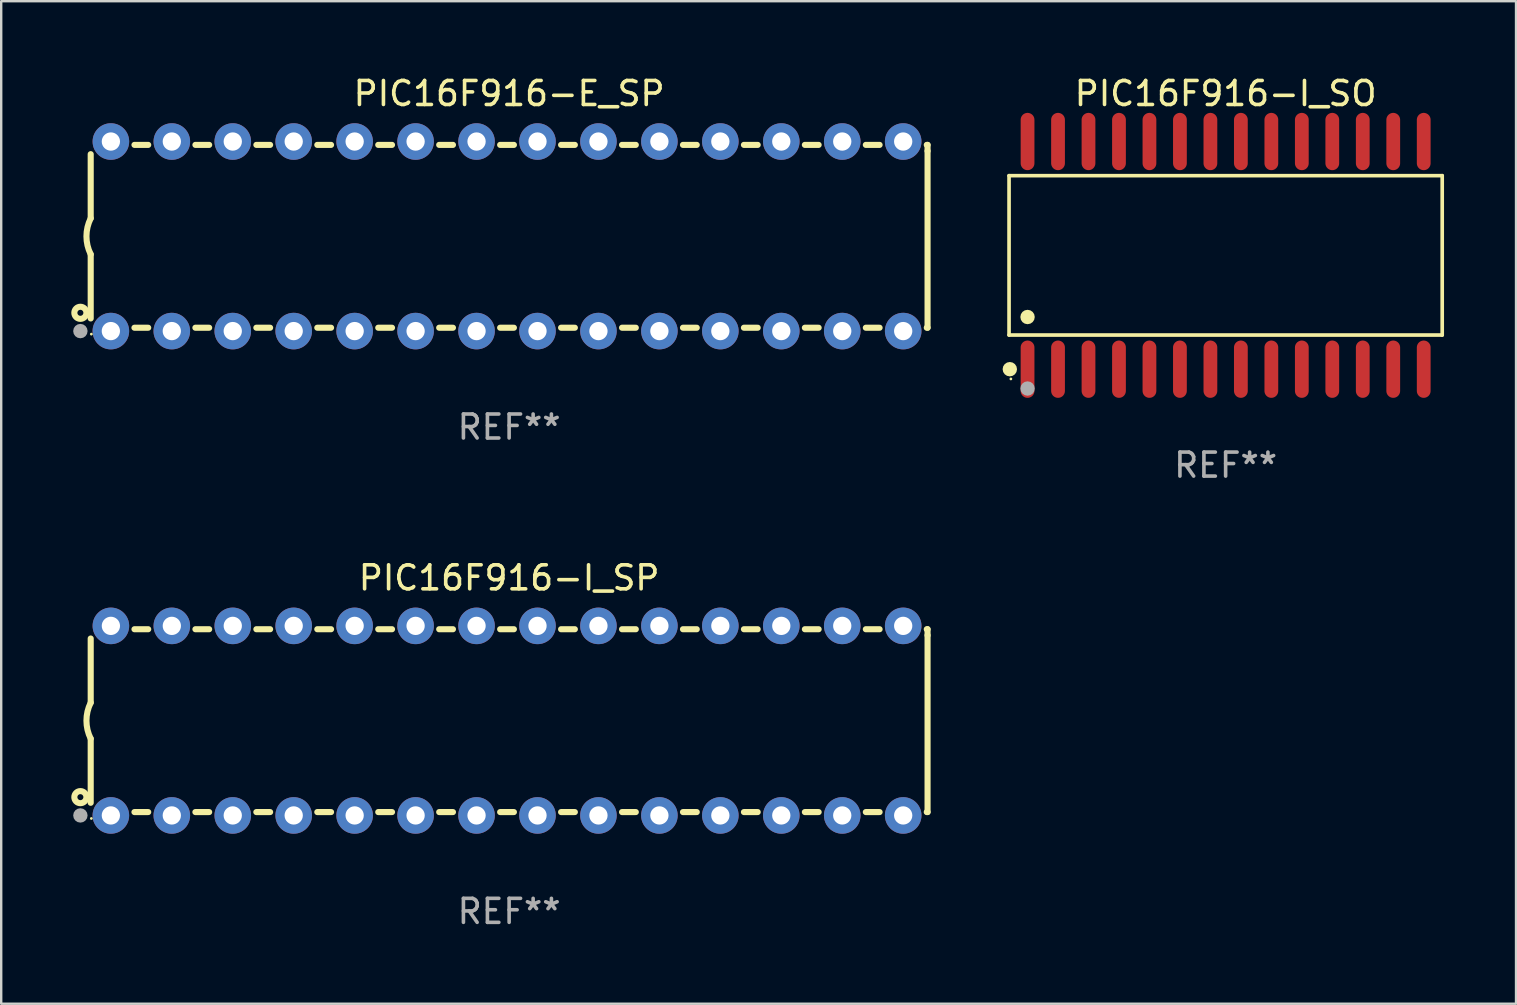
<source format=kicad_pcb>
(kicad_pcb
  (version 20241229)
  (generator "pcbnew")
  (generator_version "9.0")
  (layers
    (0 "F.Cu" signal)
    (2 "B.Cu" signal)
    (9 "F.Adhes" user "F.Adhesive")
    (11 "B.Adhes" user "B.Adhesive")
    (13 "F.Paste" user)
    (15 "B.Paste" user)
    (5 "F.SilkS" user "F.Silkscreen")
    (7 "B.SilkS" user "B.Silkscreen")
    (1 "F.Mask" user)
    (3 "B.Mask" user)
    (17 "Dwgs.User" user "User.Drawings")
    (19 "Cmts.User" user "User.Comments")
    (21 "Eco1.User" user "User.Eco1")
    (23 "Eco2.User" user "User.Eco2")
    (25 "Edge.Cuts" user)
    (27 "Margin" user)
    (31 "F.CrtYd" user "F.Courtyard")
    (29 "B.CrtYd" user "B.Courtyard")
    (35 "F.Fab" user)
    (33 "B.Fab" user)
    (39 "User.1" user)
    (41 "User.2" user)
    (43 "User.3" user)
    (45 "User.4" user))
  (footprint "PIC16F916-I_SO"
    (layer "F.Cu")
    (at 48.028 7.592)
    (property "Reference" "PIC16F916-I_SO" (at 0 -6.744 0) (layer "F.SilkS") (effects (font (size 1 1) (thickness 0.15))))
    (attr through_hole)
    (fp_line (start -9.026 -3.321) (end 9.026 -3.321) (stroke (width 0.152) (type solid)) (layer "F.SilkS"))
    (fp_line (start -9.026 3.321) (end -9.026 -3.321) (stroke (width 0.152) (type solid)) (layer "F.SilkS"))
    (fp_line (start 9.026 -3.321) (end 9.026 3.321) (stroke (width 0.152) (type solid)) (layer "F.SilkS"))
    (fp_line (start 9.026 3.321) (end -9.026 3.321) (stroke (width 0.152) (type solid)) (layer "F.SilkS"))
    (fp_circle (center -8.994 4.744) (end -8.844 4.744) (stroke (width 0.3) (type solid)) (fill no) (layer "F.SilkS"))
    (fp_circle (center -8.95 5.15) (end -8.92 5.15) (stroke (width 0.06) (type solid)) (fill no) (layer "F.SilkS"))
    (fp_circle (center -8.255 2.569) (end -8.105 2.569) (stroke (width 0.3) (type solid)) (fill no) (layer "F.SilkS"))
    (fp_circle (center -8.255 5.55) (end -8.105 5.55) (stroke (width 0.3) (type solid)) (fill no) (layer "F.Fab"))
    (fp_text user "REF**" (at 0 8.744 0) (layer "F.Fab") (effects (font (size 1 1) (thickness 0.15))))
    (pad "1" smd oval (at -8.255 4.744) (size 0.574 2.388) (layers "F.Cu" "F.Mask" "F.Paste"))
    (pad "2" smd oval (at -6.985 4.744) (size 0.574 2.388) (layers "F.Cu" "F.Mask" "F.Paste"))
    (pad "3" smd oval (at -5.715 4.744) (size 0.574 2.388) (layers "F.Cu" "F.Mask" "F.Paste"))
    (pad "4" smd oval (at -4.445 4.744) (size 0.574 2.388) (layers "F.Cu" "F.Mask" "F.Paste"))
    (pad "5" smd oval (at -3.175 4.744) (size 0.574 2.388) (layers "F.Cu" "F.Mask" "F.Paste"))
    (pad "6" smd oval (at -1.905 4.744) (size 0.574 2.388) (layers "F.Cu" "F.Mask" "F.Paste"))
    (pad "7" smd oval (at -0.635 4.744) (size 0.574 2.388) (layers "F.Cu" "F.Mask" "F.Paste"))
    (pad "8" smd oval (at 0.635 4.744) (size 0.574 2.388) (layers "F.Cu" "F.Mask" "F.Paste"))
    (pad "9" smd oval (at 1.905 4.744) (size 0.574 2.388) (layers "F.Cu" "F.Mask" "F.Paste"))
    (pad "10" smd oval (at 3.175 4.744) (size 0.574 2.388) (layers "F.Cu" "F.Mask" "F.Paste"))
    (pad "11" smd oval (at 4.445 4.744) (size 0.574 2.388) (layers "F.Cu" "F.Mask" "F.Paste"))
    (pad "12" smd oval (at 5.715 4.744) (size 0.574 2.388) (layers "F.Cu" "F.Mask" "F.Paste"))
    (pad "13" smd oval (at 6.985 4.744) (size 0.574 2.388) (layers "F.Cu" "F.Mask" "F.Paste"))
    (pad "14" smd oval (at 8.255 4.744) (size 0.574 2.388) (layers "F.Cu" "F.Mask" "F.Paste"))
    (pad "15" smd oval (at 8.255 -4.744) (size 0.574 2.388) (layers "F.Cu" "F.Mask" "F.Paste"))
    (pad "16" smd oval (at 6.985 -4.744) (size 0.574 2.388) (layers "F.Cu" "F.Mask" "F.Paste"))
    (pad "17" smd oval (at 5.715 -4.744) (size 0.574 2.388) (layers "F.Cu" "F.Mask" "F.Paste"))
    (pad "18" smd oval (at 4.445 -4.744) (size 0.574 2.388) (layers "F.Cu" "F.Mask" "F.Paste"))
    (pad "19" smd oval (at 3.175 -4.744) (size 0.574 2.388) (layers "F.Cu" "F.Mask" "F.Paste"))
    (pad "20" smd oval (at 1.905 -4.744) (size 0.574 2.388) (layers "F.Cu" "F.Mask" "F.Paste"))
    (pad "21" smd oval (at 0.635 -4.744) (size 0.574 2.388) (layers "F.Cu" "F.Mask" "F.Paste"))
    (pad "22" smd oval (at -0.635 -4.744) (size 0.574 2.388) (layers "F.Cu" "F.Mask" "F.Paste"))
    (pad "23" smd oval (at -1.905 -4.744) (size 0.574 2.388) (layers "F.Cu" "F.Mask" "F.Paste"))
    (pad "24" smd oval (at -3.175 -4.744) (size 0.574 2.388) (layers "F.Cu" "F.Mask" "F.Paste"))
    (pad "25" smd oval (at -4.445 -4.744) (size 0.574 2.388) (layers "F.Cu" "F.Mask" "F.Paste"))
    (pad "26" smd oval (at -5.715 -4.744) (size 0.574 2.388) (layers "F.Cu" "F.Mask" "F.Paste"))
    (pad "27" smd oval (at -6.985 -4.744) (size 0.574 2.388) (layers "F.Cu" "F.Mask" "F.Paste"))
    (pad "28" smd oval (at -8.255 -4.744) (size 0.574 2.388) (layers "F.Cu" "F.Mask" "F.Paste")))
  (footprint "PIC16F916-E_SP"
    (layer "F.Cu")
    (at 18.168 6.798)
    (property "Reference" "PIC16F916-E_SP" (at 0 -5.95 0) (layer "F.SilkS") (effects (font (size 1 1) (thickness 0.15))))
    (attr through_hole)
    (fp_line (start -17.438 0.75) (end -17.438 3.423) (stroke (width 0.254) (type solid)) (layer "F.SilkS"))
    (fp_line (start -17.438 -3.423) (end -17.438 -0.75) (stroke (width 0.254) (type solid)) (layer "F.SilkS"))
    (fp_line (start -15.615 3.81) (end -15.041 3.81) (stroke (width 0.254) (type solid)) (layer "F.SilkS"))
    (fp_line (start -15.041 -3.81) (end -15.614 -3.81) (stroke (width 0.254) (type solid)) (layer "F.SilkS"))
    (fp_line (start -13.075 3.81) (end -12.501 3.81) (stroke (width 0.254) (type solid)) (layer "F.SilkS"))
    (fp_line (start -12.501 -3.81) (end -13.074 -3.81) (stroke (width 0.254) (type solid)) (layer "F.SilkS"))
    (fp_line (start -10.535 3.81) (end -9.961 3.81) (stroke (width 0.254) (type solid)) (layer "F.SilkS"))
    (fp_line (start -9.961 -3.81) (end -10.534 -3.81) (stroke (width 0.254) (type solid)) (layer "F.SilkS"))
    (fp_line (start -7.995 3.81) (end -7.421 3.81) (stroke (width 0.254) (type solid)) (layer "F.SilkS"))
    (fp_line (start -7.421 -3.81) (end -7.995 -3.81) (stroke (width 0.254) (type solid)) (layer "F.SilkS"))
    (fp_line (start -5.455 3.81) (end -4.881 3.81) (stroke (width 0.254) (type solid)) (layer "F.SilkS"))
    (fp_line (start -4.881 -3.81) (end -5.455 -3.81) (stroke (width 0.254) (type solid)) (layer "F.SilkS"))
    (fp_line (start -2.915 3.81) (end -2.341 3.81) (stroke (width 0.254) (type solid)) (layer "F.SilkS"))
    (fp_line (start -2.341 -3.81) (end -2.915 -3.81) (stroke (width 0.254) (type solid)) (layer "F.SilkS"))
    (fp_line (start -0.375 3.81) (end 0.199 3.81) (stroke (width 0.254) (type solid)) (layer "F.SilkS"))
    (fp_line (start 0.199 -3.81) (end -0.375 -3.81) (stroke (width 0.254) (type solid)) (layer "F.SilkS"))
    (fp_line (start 2.165 3.81) (end 2.739 3.81) (stroke (width 0.254) (type solid)) (layer "F.SilkS"))
    (fp_line (start 2.739 -3.81) (end 2.165 -3.81) (stroke (width 0.254) (type solid)) (layer "F.SilkS"))
    (fp_line (start 4.705 3.81) (end 5.279 3.81) (stroke (width 0.254) (type solid)) (layer "F.SilkS"))
    (fp_line (start 5.279 -3.81) (end 4.705 -3.81) (stroke (width 0.254) (type solid)) (layer "F.SilkS"))
    (fp_line (start 7.245 3.81) (end 7.819 3.81) (stroke (width 0.254) (type solid)) (layer "F.SilkS"))
    (fp_line (start 7.819 -3.81) (end 7.245 -3.81) (stroke (width 0.254) (type solid)) (layer "F.SilkS"))
    (fp_line (start 9.785 3.81) (end 10.359 3.81) (stroke (width 0.254) (type solid)) (layer "F.SilkS"))
    (fp_line (start 10.359 -3.81) (end 9.785 -3.81) (stroke (width 0.254) (type solid)) (layer "F.SilkS"))
    (fp_line (start 12.325 3.81) (end 12.899 3.81) (stroke (width 0.254) (type solid)) (layer "F.SilkS"))
    (fp_line (start 12.899 -3.81) (end 12.325 -3.81) (stroke (width 0.254) (type solid)) (layer "F.SilkS"))
    (fp_line (start 14.865 3.81) (end 15.439 3.81) (stroke (width 0.254) (type solid)) (layer "F.SilkS"))
    (fp_line (start 15.439 -3.81) (end 14.865 -3.81) (stroke (width 0.254) (type solid)) (layer "F.SilkS"))
    (fp_line (start 17.405 3.81) (end 17.438 3.81) (stroke (width 0.254) (type solid)) (layer "F.SilkS"))
    (fp_line (start 17.438 -3.81) (end 17.405 -3.81) (stroke (width 0.254) (type solid)) (layer "F.SilkS"))
    (fp_line (start 17.438 -3.556) (end 17.438 -3.81) (stroke (width 0.254) (type solid)) (layer "F.SilkS"))
    (fp_line (start 17.438 3.81) (end 17.438 -3.556) (stroke (width 0.254) (type solid)) (layer "F.SilkS"))
    (fp_arc (start -17.437986 0.749657) (mid -17.614887 -0.000024) (end -17.437783 -0.749657) (stroke (width 0.254001) (type solid)) (layer "F.SilkS"))
    (fp_circle (center -17.868 3.188) (end -17.743 3.188) (stroke (width 0.254) (type solid)) (fill no) (layer "F.SilkS"))
    (fp_circle (center -17.411 4.077) (end -17.381 4.077) (stroke (width 0.06) (type solid)) (fill no) (layer "F.SilkS"))
    (fp_circle (center -17.868 3.95) (end -17.718 3.95) (stroke (width 0.3) (type solid)) (fill no) (layer "F.Fab"))
    (fp_text user "REF**" (at 0 7.95 0) (layer "F.Fab") (effects (font (size 1 1) (thickness 0.15))))
    (pad "1" thru_hole circle (at -16.598 3.95) (size 1.524 1.524) (drill 0.762) (layers "*.Cu" "*.Mask"))
    (pad "2" thru_hole circle (at -14.058 3.95) (size 1.524 1.524) (drill 0.762) (layers "*.Cu" "*.Mask"))
    (pad "3" thru_hole circle (at -11.518 3.95) (size 1.524 1.524) (drill 0.762) (layers "*.Cu" "*.Mask"))
    (pad "4" thru_hole circle (at -8.978 3.95) (size 1.524 1.524) (drill 0.762) (layers "*.Cu" "*.Mask"))
    (pad "5" thru_hole circle (at -6.438 3.95) (size 1.524 1.524) (drill 0.762) (layers "*.Cu" "*.Mask"))
    (pad "6" thru_hole circle (at -3.898 3.95) (size 1.524 1.524) (drill 0.762) (layers "*.Cu" "*.Mask"))
    (pad "7" thru_hole circle (at -1.358 3.95) (size 1.524 1.524) (drill 0.762) (layers "*.Cu" "*.Mask"))
    (pad "8" thru_hole circle (at 1.182 3.95) (size 1.524 1.524) (drill 0.762) (layers "*.Cu" "*.Mask"))
    (pad "9" thru_hole circle (at 3.722 3.95) (size 1.524 1.524) (drill 0.762) (layers "*.Cu" "*.Mask"))
    (pad "10" thru_hole circle (at 6.262 3.95) (size 1.524 1.524) (drill 0.762) (layers "*.Cu" "*.Mask"))
    (pad "11" thru_hole circle (at 8.802 3.95) (size 1.524 1.524) (drill 0.762) (layers "*.Cu" "*.Mask"))
    (pad "12" thru_hole circle (at 11.342 3.95) (size 1.524 1.524) (drill 0.762) (layers "*.Cu" "*.Mask"))
    (pad "13" thru_hole circle (at 13.882 3.95) (size 1.524 1.524) (drill 0.762) (layers "*.Cu" "*.Mask"))
    (pad "14" thru_hole circle (at 16.422 3.95) (size 1.524 1.524) (drill 0.762) (layers "*.Cu" "*.Mask"))
    (pad "15" thru_hole circle (at 16.422 -3.95) (size 1.524 1.524) (drill 0.762) (layers "*.Cu" "*.Mask"))
    (pad "16" thru_hole circle (at 13.882 -3.95) (size 1.524 1.524) (drill 0.762) (layers "*.Cu" "*.Mask"))
    (pad "17" thru_hole circle (at 11.342 -3.95) (size 1.524 1.524) (drill 0.762) (layers "*.Cu" "*.Mask"))
    (pad "18" thru_hole circle (at 8.802 -3.95) (size 1.524 1.524) (drill 0.762) (layers "*.Cu" "*.Mask"))
    (pad "19" thru_hole circle (at 6.262 -3.95) (size 1.524 1.524) (drill 0.762) (layers "*.Cu" "*.Mask"))
    (pad "20" thru_hole circle (at 3.722 -3.95) (size 1.524 1.524) (drill 0.762) (layers "*.Cu" "*.Mask"))
    (pad "21" thru_hole circle (at 1.182 -3.95) (size 1.524 1.524) (drill 0.762) (layers "*.Cu" "*.Mask"))
    (pad "22" thru_hole circle (at -1.358 -3.95) (size 1.524 1.524) (drill 0.762) (layers "*.Cu" "*.Mask"))
    (pad "23" thru_hole circle (at -3.898 -3.95) (size 1.524 1.524) (drill 0.762) (layers "*.Cu" "*.Mask"))
    (pad "24" thru_hole circle (at -6.438 -3.95) (size 1.524 1.524) (drill 0.762) (layers "*.Cu" "*.Mask"))
    (pad "25" thru_hole circle (at -8.978 -3.95) (size 1.524 1.524) (drill 0.762) (layers "*.Cu" "*.Mask"))
    (pad "26" thru_hole circle (at -11.517 -3.95) (size 1.524 1.524) (drill 0.762) (layers "*.Cu" "*.Mask"))
    (pad "27" thru_hole circle (at -14.057 -3.95) (size 1.524 1.524) (drill 0.762) (layers "*.Cu" "*.Mask"))
    (pad "28" thru_hole circle (at -16.597 -3.95) (size 1.524 1.524) (drill 0.762) (layers "*.Cu" "*.Mask")))
  (footprint "PIC16F916-I_SP"
    (layer "F.Cu")
    (at 18.168 26.983)
    (property "Reference" "PIC16F916-I_SP" (at 0 -5.95 0) (layer "F.SilkS") (effects (font (size 1 1) (thickness 0.15))))
    (attr through_hole)
    (fp_line (start -17.438 0.75) (end -17.438 3.423) (stroke (width 0.254) (type solid)) (layer "F.SilkS"))
    (fp_line (start -17.438 -3.423) (end -17.438 -0.75) (stroke (width 0.254) (type solid)) (layer "F.SilkS"))
    (fp_line (start -15.615 3.81) (end -15.041 3.81) (stroke (width 0.254) (type solid)) (layer "F.SilkS"))
    (fp_line (start -15.041 -3.81) (end -15.614 -3.81) (stroke (width 0.254) (type solid)) (layer "F.SilkS"))
    (fp_line (start -13.075 3.81) (end -12.501 3.81) (stroke (width 0.254) (type solid)) (layer "F.SilkS"))
    (fp_line (start -12.501 -3.81) (end -13.074 -3.81) (stroke (width 0.254) (type solid)) (layer "F.SilkS"))
    (fp_line (start -10.535 3.81) (end -9.961 3.81) (stroke (width 0.254) (type solid)) (layer "F.SilkS"))
    (fp_line (start -9.961 -3.81) (end -10.534 -3.81) (stroke (width 0.254) (type solid)) (layer "F.SilkS"))
    (fp_line (start -7.995 3.81) (end -7.421 3.81) (stroke (width 0.254) (type solid)) (layer "F.SilkS"))
    (fp_line (start -7.421 -3.81) (end -7.995 -3.81) (stroke (width 0.254) (type solid)) (layer "F.SilkS"))
    (fp_line (start -5.455 3.81) (end -4.881 3.81) (stroke (width 0.254) (type solid)) (layer "F.SilkS"))
    (fp_line (start -4.881 -3.81) (end -5.455 -3.81) (stroke (width 0.254) (type solid)) (layer "F.SilkS"))
    (fp_line (start -2.915 3.81) (end -2.341 3.81) (stroke (width 0.254) (type solid)) (layer "F.SilkS"))
    (fp_line (start -2.341 -3.81) (end -2.915 -3.81) (stroke (width 0.254) (type solid)) (layer "F.SilkS"))
    (fp_line (start -0.375 3.81) (end 0.199 3.81) (stroke (width 0.254) (type solid)) (layer "F.SilkS"))
    (fp_line (start 0.199 -3.81) (end -0.375 -3.81) (stroke (width 0.254) (type solid)) (layer "F.SilkS"))
    (fp_line (start 2.165 3.81) (end 2.739 3.81) (stroke (width 0.254) (type solid)) (layer "F.SilkS"))
    (fp_line (start 2.739 -3.81) (end 2.165 -3.81) (stroke (width 0.254) (type solid)) (layer "F.SilkS"))
    (fp_line (start 4.705 3.81) (end 5.279 3.81) (stroke (width 0.254) (type solid)) (layer "F.SilkS"))
    (fp_line (start 5.279 -3.81) (end 4.705 -3.81) (stroke (width 0.254) (type solid)) (layer "F.SilkS"))
    (fp_line (start 7.245 3.81) (end 7.819 3.81) (stroke (width 0.254) (type solid)) (layer "F.SilkS"))
    (fp_line (start 7.819 -3.81) (end 7.245 -3.81) (stroke (width 0.254) (type solid)) (layer "F.SilkS"))
    (fp_line (start 9.785 3.81) (end 10.359 3.81) (stroke (width 0.254) (type solid)) (layer "F.SilkS"))
    (fp_line (start 10.359 -3.81) (end 9.785 -3.81) (stroke (width 0.254) (type solid)) (layer "F.SilkS"))
    (fp_line (start 12.325 3.81) (end 12.899 3.81) (stroke (width 0.254) (type solid)) (layer "F.SilkS"))
    (fp_line (start 12.899 -3.81) (end 12.325 -3.81) (stroke (width 0.254) (type solid)) (layer "F.SilkS"))
    (fp_line (start 14.865 3.81) (end 15.439 3.81) (stroke (width 0.254) (type solid)) (layer "F.SilkS"))
    (fp_line (start 15.439 -3.81) (end 14.865 -3.81) (stroke (width 0.254) (type solid)) (layer "F.SilkS"))
    (fp_line (start 17.405 3.81) (end 17.438 3.81) (stroke (width 0.254) (type solid)) (layer "F.SilkS"))
    (fp_line (start 17.438 -3.81) (end 17.405 -3.81) (stroke (width 0.254) (type solid)) (layer "F.SilkS"))
    (fp_line (start 17.438 -3.556) (end 17.438 -3.81) (stroke (width 0.254) (type solid)) (layer "F.SilkS"))
    (fp_line (start 17.438 3.81) (end 17.438 -3.556) (stroke (width 0.254) (type solid)) (layer "F.SilkS"))
    (fp_arc (start -17.437986 0.749657) (mid -17.614887 -0.000024) (end -17.437783 -0.749657) (stroke (width 0.254001) (type solid)) (layer "F.SilkS"))
    (fp_circle (center -17.868 3.188) (end -17.743 3.188) (stroke (width 0.254) (type solid)) (fill no) (layer "F.SilkS"))
    (fp_circle (center -17.411 4.077) (end -17.381 4.077) (stroke (width 0.06) (type solid)) (fill no) (layer "F.SilkS"))
    (fp_circle (center -17.868 3.95) (end -17.718 3.95) (stroke (width 0.3) (type solid)) (fill no) (layer "F.Fab"))
    (fp_text user "REF**" (at 0 7.95 0) (layer "F.Fab") (effects (font (size 1 1) (thickness 0.15))))
    (pad "1" thru_hole circle (at -16.598 3.95) (size 1.524 1.524) (drill 0.762) (layers "*.Cu" "*.Mask"))
    (pad "2" thru_hole circle (at -14.058 3.95) (size 1.524 1.524) (drill 0.762) (layers "*.Cu" "*.Mask"))
    (pad "3" thru_hole circle (at -11.518 3.95) (size 1.524 1.524) (drill 0.762) (layers "*.Cu" "*.Mask"))
    (pad "4" thru_hole circle (at -8.978 3.95) (size 1.524 1.524) (drill 0.762) (layers "*.Cu" "*.Mask"))
    (pad "5" thru_hole circle (at -6.438 3.95) (size 1.524 1.524) (drill 0.762) (layers "*.Cu" "*.Mask"))
    (pad "6" thru_hole circle (at -3.898 3.95) (size 1.524 1.524) (drill 0.762) (layers "*.Cu" "*.Mask"))
    (pad "7" thru_hole circle (at -1.358 3.95) (size 1.524 1.524) (drill 0.762) (layers "*.Cu" "*.Mask"))
    (pad "8" thru_hole circle (at 1.182 3.95) (size 1.524 1.524) (drill 0.762) (layers "*.Cu" "*.Mask"))
    (pad "9" thru_hole circle (at 3.722 3.95) (size 1.524 1.524) (drill 0.762) (layers "*.Cu" "*.Mask"))
    (pad "10" thru_hole circle (at 6.262 3.95) (size 1.524 1.524) (drill 0.762) (layers "*.Cu" "*.Mask"))
    (pad "11" thru_hole circle (at 8.802 3.95) (size 1.524 1.524) (drill 0.762) (layers "*.Cu" "*.Mask"))
    (pad "12" thru_hole circle (at 11.342 3.95) (size 1.524 1.524) (drill 0.762) (layers "*.Cu" "*.Mask"))
    (pad "13" thru_hole circle (at 13.882 3.95) (size 1.524 1.524) (drill 0.762) (layers "*.Cu" "*.Mask"))
    (pad "14" thru_hole circle (at 16.422 3.95) (size 1.524 1.524) (drill 0.762) (layers "*.Cu" "*.Mask"))
    (pad "15" thru_hole circle (at 16.422 -3.95) (size 1.524 1.524) (drill 0.762) (layers "*.Cu" "*.Mask"))
    (pad "16" thru_hole circle (at 13.882 -3.95) (size 1.524 1.524) (drill 0.762) (layers "*.Cu" "*.Mask"))
    (pad "17" thru_hole circle (at 11.342 -3.95) (size 1.524 1.524) (drill 0.762) (layers "*.Cu" "*.Mask"))
    (pad "18" thru_hole circle (at 8.802 -3.95) (size 1.524 1.524) (drill 0.762) (layers "*.Cu" "*.Mask"))
    (pad "19" thru_hole circle (at 6.262 -3.95) (size 1.524 1.524) (drill 0.762) (layers "*.Cu" "*.Mask"))
    (pad "20" thru_hole circle (at 3.722 -3.95) (size 1.524 1.524) (drill 0.762) (layers "*.Cu" "*.Mask"))
    (pad "21" thru_hole circle (at 1.182 -3.95) (size 1.524 1.524) (drill 0.762) (layers "*.Cu" "*.Mask"))
    (pad "22" thru_hole circle (at -1.358 -3.95) (size 1.524 1.524) (drill 0.762) (layers "*.Cu" "*.Mask"))
    (pad "23" thru_hole circle (at -3.898 -3.95) (size 1.524 1.524) (drill 0.762) (layers "*.Cu" "*.Mask"))
    (pad "24" thru_hole circle (at -6.438 -3.95) (size 1.524 1.524) (drill 0.762) (layers "*.Cu" "*.Mask"))
    (pad "25" thru_hole circle (at -8.978 -3.95) (size 1.524 1.524) (drill 0.762) (layers "*.Cu" "*.Mask"))
    (pad "26" thru_hole circle (at -11.517 -3.95) (size 1.524 1.524) (drill 0.762) (layers "*.Cu" "*.Mask"))
    (pad "27" thru_hole circle (at -14.057 -3.95) (size 1.524 1.524) (drill 0.762) (layers "*.Cu" "*.Mask"))
    (pad "28" thru_hole circle (at -16.597 -3.95) (size 1.524 1.524) (drill 0.762) (layers "*.Cu" "*.Mask")))
  (gr_rect
    (start -3 -3)
    (end 60.13 38.781)
    (stroke (width 0.1) (type default))
    (fill no)
    (layer "Edge.Cuts")))
</source>
